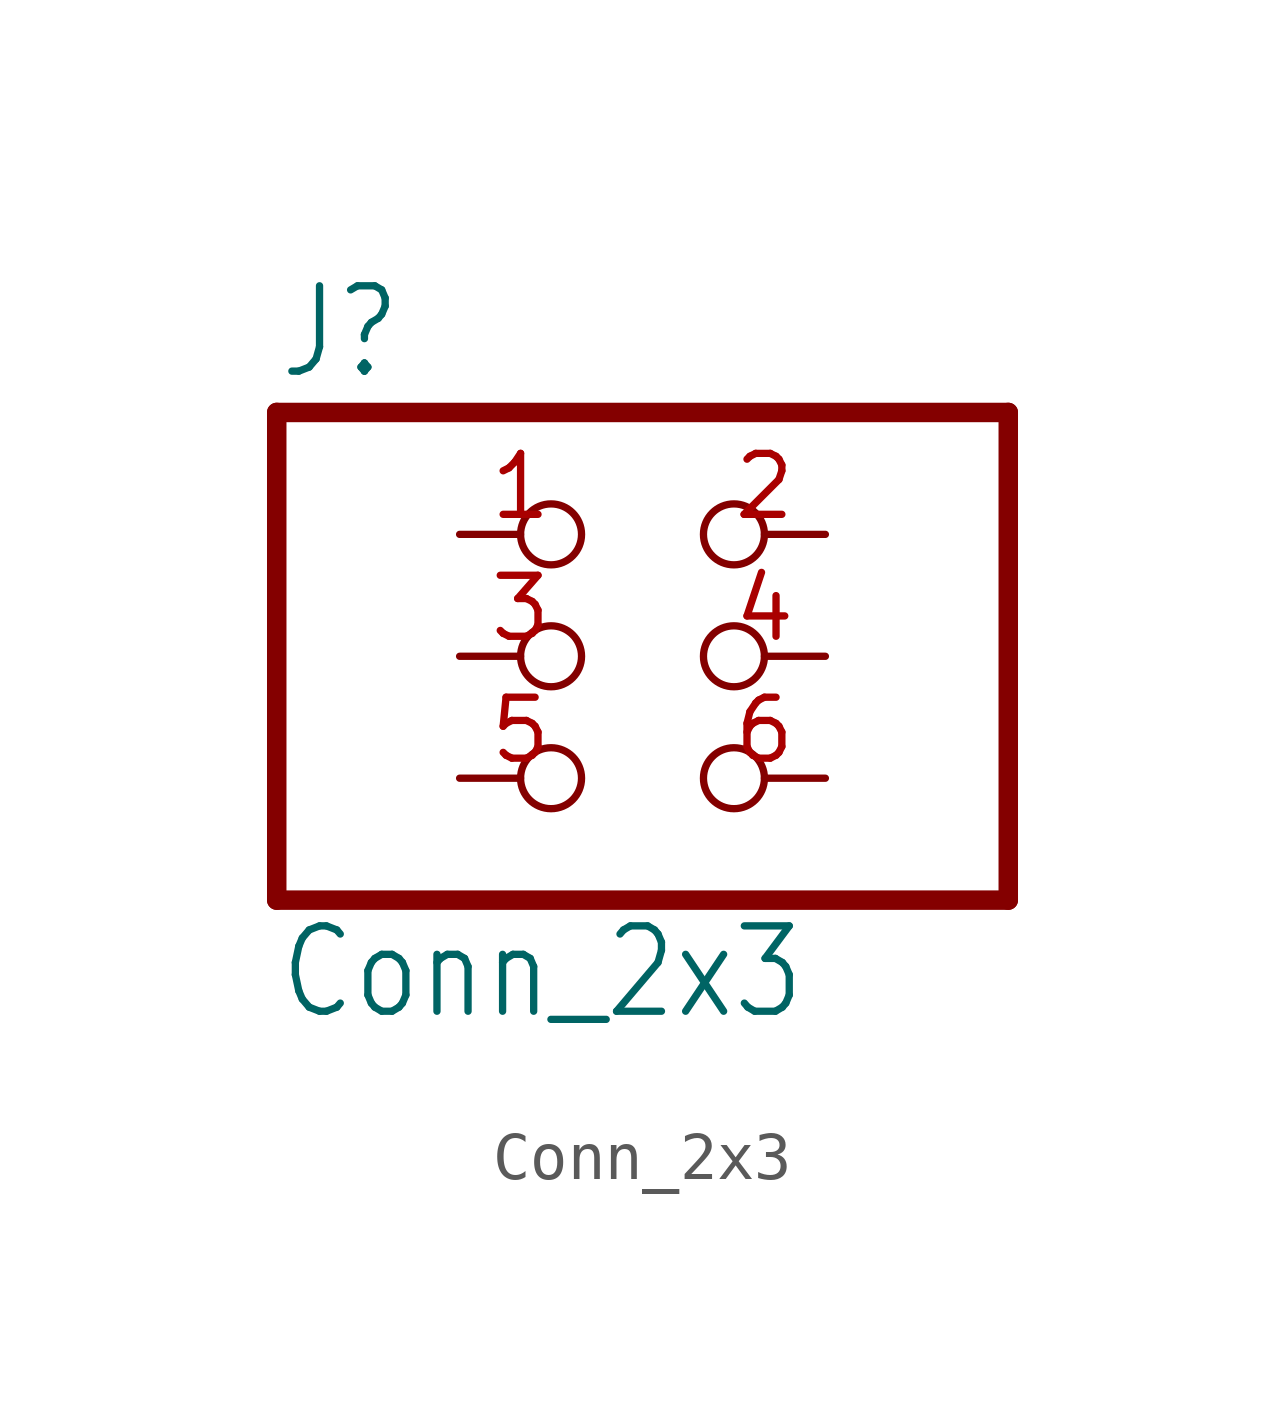
<source format=kicad_sym>
(kicad_symbol_lib
  (version 20211014)
  (generator kicad_symbol_editor)
  (symbol "Conn_2x3"
    (property "Reference" "J"
      (at -6.35 5.715 0)
      (effects (font (size 1.778 1.511)) (justify left bottom)))
    (property "Value" "Conn_2x3"
      (at -6.35 -7.62 0)
      (effects (font (size 1.778 1.511)) (justify left bottom)))
    (symbol "Conn_2x3_1_0"
      (polyline (pts (xy -6.35 -5.08) (xy 8.89 -5.08)) (stroke (width 0.406) (type default) (color 0 0 0 0)) (fill (type none)))
      (polyline (pts (xy -6.35 5.08) (xy -6.35 -5.08)) (stroke (width 0.406) (type default) (color 0 0 0 0)) (fill (type none)))
      (polyline (pts (xy 8.89 -5.08) (xy 8.89 5.08)) (stroke (width 0.406) (type default) (color 0 0 0 0)) (fill (type none)))
      (polyline (pts (xy 8.89 5.08) (xy -6.35 5.08)) (stroke (width 0.406) (type default) (color 0 0 0 0)) (fill (type none)))
      (pin passive inverted (at -2.54 2.54 0) (length 2.54) (name "1" (effects (font (size 0 0)))) (number "1" (effects (font (size 1.27 1.27)))))
      (pin passive inverted (at 5.08 2.54 180) (length 2.54) (name "2" (effects (font (size 0 0)))) (number "2" (effects (font (size 1.27 1.27)))))
      (pin passive inverted (at -2.54 0 0) (length 2.54) (name "3" (effects (font (size 0 0)))) (number "3" (effects (font (size 1.27 1.27)))))
      (pin passive inverted (at 5.08 0 180) (length 2.54) (name "4" (effects (font (size 0 0)))) (number "4" (effects (font (size 1.27 1.27)))))
      (pin passive inverted (at -2.54 -2.54 0) (length 2.54) (name "5" (effects (font (size 0 0)))) (number "5" (effects (font (size 1.27 1.27)))))
      (pin passive inverted (at 5.08 -2.54 180) (length 2.54) (name "6" (effects (font (size 0 0)))) (number "6" (effects (font (size 1.27 1.27))))))))
</source>
